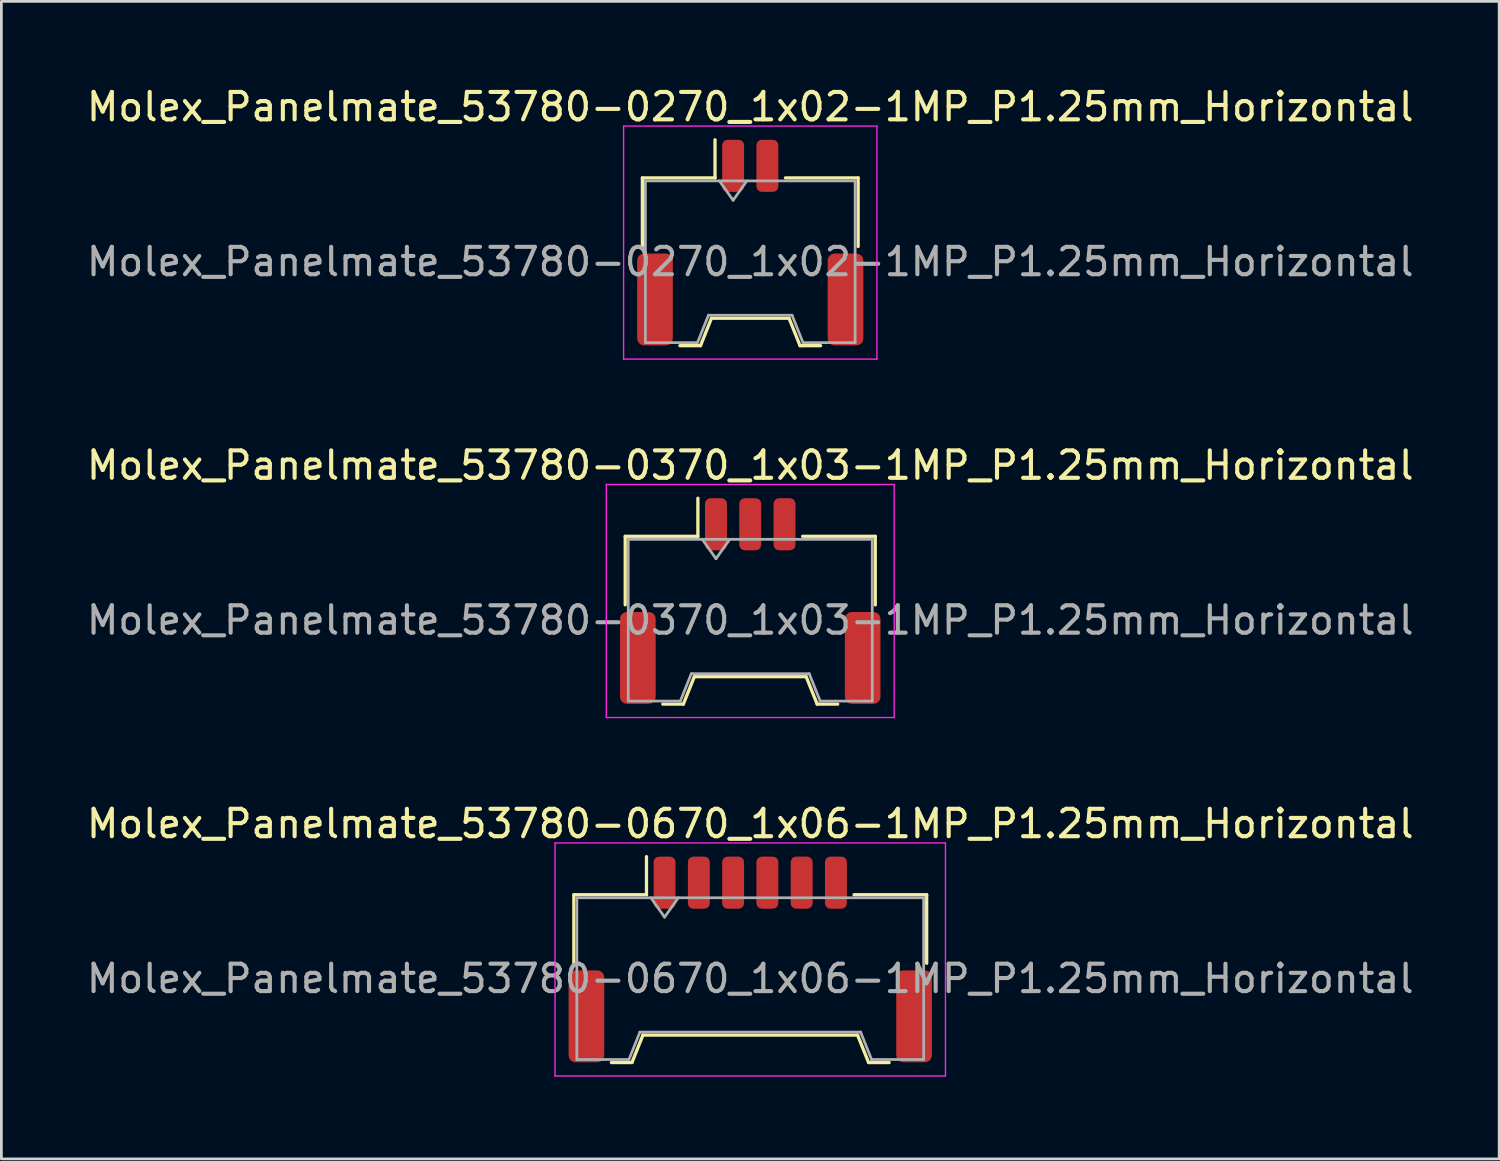
<source format=kicad_pcb>
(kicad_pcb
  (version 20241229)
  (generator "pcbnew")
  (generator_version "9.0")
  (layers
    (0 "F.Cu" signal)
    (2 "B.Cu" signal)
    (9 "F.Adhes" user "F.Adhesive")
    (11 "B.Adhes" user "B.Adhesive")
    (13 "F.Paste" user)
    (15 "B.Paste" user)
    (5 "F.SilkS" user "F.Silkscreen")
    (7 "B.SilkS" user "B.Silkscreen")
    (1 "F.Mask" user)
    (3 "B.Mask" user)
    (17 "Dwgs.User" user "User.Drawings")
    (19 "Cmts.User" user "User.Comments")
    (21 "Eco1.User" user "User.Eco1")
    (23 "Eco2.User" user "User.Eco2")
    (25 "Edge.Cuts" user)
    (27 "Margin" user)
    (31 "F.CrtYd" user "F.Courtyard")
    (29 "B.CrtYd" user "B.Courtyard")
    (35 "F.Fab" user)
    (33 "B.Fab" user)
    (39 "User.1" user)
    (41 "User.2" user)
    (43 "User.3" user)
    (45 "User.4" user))
  (footprint "Molex_Panelmate_53780-0370_1x03-1MP_P1.25mm_Horizontal"
    (layer "F.Cu")
    (at 24.315 18.872)
    (property "Reference" "Molex_Panelmate_53780-0370_1x03-1MP_P1.25mm_Horizontal" (at 0 -4.95 0) (layer "F.SilkS") (effects (font (size 1 1) (thickness 0.15))))
    (attr smd)
    (fp_line (start -4.56 -2.36) (end -1.91 -2.36) (stroke (width 0.12) (type solid)) (layer "F.SilkS"))
    (fp_line (start -4.56 0.14) (end -4.56 -2.36) (stroke (width 0.12) (type solid)) (layer "F.SilkS"))
    (fp_line (start -3.19 3.76) (end -2.44 3.76) (stroke (width 0.12) (type solid)) (layer "F.SilkS"))
    (fp_line (start -2.44 3.76) (end -2.04 2.76) (stroke (width 0.12) (type solid)) (layer "F.SilkS"))
    (fp_line (start -2.04 2.76) (end 2.04 2.76) (stroke (width 0.12) (type solid)) (layer "F.SilkS"))
    (fp_line (start -1.91 -2.36) (end -1.91 -3.75) (stroke (width 0.12) (type solid)) (layer "F.SilkS"))
    (fp_line (start 2.04 2.76) (end 2.44 3.76) (stroke (width 0.12) (type solid)) (layer "F.SilkS"))
    (fp_line (start 2.44 3.76) (end 3.19 3.76) (stroke (width 0.12) (type solid)) (layer "F.SilkS"))
    (fp_line (start 4.56 -2.36) (end 1.91 -2.36) (stroke (width 0.12) (type solid)) (layer "F.SilkS"))
    (fp_line (start 4.56 0.14) (end 4.56 -2.36) (stroke (width 0.12) (type solid)) (layer "F.SilkS"))
    (fp_line (start -5.25 -4.25) (end -5.25 4.25) (stroke (width 0.05) (type solid)) (layer "F.CrtYd"))
    (fp_line (start -5.25 4.25) (end 5.25 4.25) (stroke (width 0.05) (type solid)) (layer "F.CrtYd"))
    (fp_line (start 5.25 -4.25) (end -5.25 -4.25) (stroke (width 0.05) (type solid)) (layer "F.CrtYd"))
    (fp_line (start 5.25 4.25) (end 5.25 -4.25) (stroke (width 0.05) (type solid)) (layer "F.CrtYd"))
    (fp_line (start -4.45 -2.25) (end -4.45 3.65) (stroke (width 0.1) (type solid)) (layer "F.Fab"))
    (fp_line (start -4.45 -2.25) (end 4.45 -2.25) (stroke (width 0.1) (type solid)) (layer "F.Fab"))
    (fp_line (start -4.45 3.65) (end -2.55 3.65) (stroke (width 0.1) (type solid)) (layer "F.Fab"))
    (fp_line (start -2.55 3.65) (end -2.15 2.65) (stroke (width 0.1) (type solid)) (layer "F.Fab"))
    (fp_line (start -2.15 2.65) (end 2.15 2.65) (stroke (width 0.1) (type solid)) (layer "F.Fab"))
    (fp_line (start -1.75 -2.25) (end -1.25 -1.543) (stroke (width 0.1) (type solid)) (layer "F.Fab"))
    (fp_line (start -1.25 -1.543) (end -0.75 -2.25) (stroke (width 0.1) (type solid)) (layer "F.Fab"))
    (fp_line (start 2.15 2.65) (end 2.55 3.65) (stroke (width 0.1) (type solid)) (layer "F.Fab"))
    (fp_line (start 2.55 3.65) (end 4.45 3.65) (stroke (width 0.1) (type solid)) (layer "F.Fab"))
    (fp_line (start 4.45 -2.25) (end 4.45 3.65) (stroke (width 0.1) (type solid)) (layer "F.Fab"))
    (fp_text user "${REFERENCE}" (at 0 0.7 0) (layer "F.Fab") (effects (font (size 1 1) (thickness 0.15))))
    (pad "1" smd roundrect (at -1.25 -2.8) (size 0.8 1.9) (layers "F.Cu" "F.Mask" "F.Paste") (roundrect_rratio 0.25))
    (pad "2" smd roundrect (at 0 -2.8) (size 0.8 1.9) (layers "F.Cu" "F.Mask" "F.Paste") (roundrect_rratio 0.25))
    (pad "3" smd roundrect (at 1.25 -2.8) (size 0.8 1.9) (layers "F.Cu" "F.Mask" "F.Paste") (roundrect_rratio 0.25))
    (pad "MP" smd roundrect (at -4.1 2.075) (size 1.3 3.35) (layers "F.Cu" "F.Mask" "F.Paste") (roundrect_rratio 0.192))
    (pad "MP" smd roundrect (at 4.1 2.075) (size 1.3 3.35) (layers "F.Cu" "F.Mask" "F.Paste") (roundrect_rratio 0.192)))
  (footprint "Molex_Panelmate_53780-0270_1x02-1MP_P1.25mm_Horizontal"
    (layer "F.Cu")
    (at 24.315 5.798)
    (property "Reference" "Molex_Panelmate_53780-0270_1x02-1MP_P1.25mm_Horizontal" (at 0 -4.95 0) (layer "F.SilkS") (effects (font (size 1 1) (thickness 0.15))))
    (attr smd)
    (fp_line (start -3.935 -2.36) (end -1.285 -2.36) (stroke (width 0.12) (type solid)) (layer "F.SilkS"))
    (fp_line (start -3.935 0.14) (end -3.935 -2.36) (stroke (width 0.12) (type solid)) (layer "F.SilkS"))
    (fp_line (start -2.565 3.76) (end -1.815 3.76) (stroke (width 0.12) (type solid)) (layer "F.SilkS"))
    (fp_line (start -1.815 3.76) (end -1.415 2.76) (stroke (width 0.12) (type solid)) (layer "F.SilkS"))
    (fp_line (start -1.415 2.76) (end 1.415 2.76) (stroke (width 0.12) (type solid)) (layer "F.SilkS"))
    (fp_line (start -1.285 -2.36) (end -1.285 -3.75) (stroke (width 0.12) (type solid)) (layer "F.SilkS"))
    (fp_line (start 1.415 2.76) (end 1.815 3.76) (stroke (width 0.12) (type solid)) (layer "F.SilkS"))
    (fp_line (start 1.815 3.76) (end 2.565 3.76) (stroke (width 0.12) (type solid)) (layer "F.SilkS"))
    (fp_line (start 3.935 -2.36) (end 1.285 -2.36) (stroke (width 0.12) (type solid)) (layer "F.SilkS"))
    (fp_line (start 3.935 0.14) (end 3.935 -2.36) (stroke (width 0.12) (type solid)) (layer "F.SilkS"))
    (fp_line (start -4.62 -4.25) (end -4.62 4.25) (stroke (width 0.05) (type solid)) (layer "F.CrtYd"))
    (fp_line (start -4.62 4.25) (end 4.62 4.25) (stroke (width 0.05) (type solid)) (layer "F.CrtYd"))
    (fp_line (start 4.62 -4.25) (end -4.62 -4.25) (stroke (width 0.05) (type solid)) (layer "F.CrtYd"))
    (fp_line (start 4.62 4.25) (end 4.62 -4.25) (stroke (width 0.05) (type solid)) (layer "F.CrtYd"))
    (fp_line (start -3.825 -2.25) (end -3.825 3.65) (stroke (width 0.1) (type solid)) (layer "F.Fab"))
    (fp_line (start -3.825 -2.25) (end 3.825 -2.25) (stroke (width 0.1) (type solid)) (layer "F.Fab"))
    (fp_line (start -3.825 3.65) (end -1.925 3.65) (stroke (width 0.1) (type solid)) (layer "F.Fab"))
    (fp_line (start -1.925 3.65) (end -1.525 2.65) (stroke (width 0.1) (type solid)) (layer "F.Fab"))
    (fp_line (start -1.525 2.65) (end 1.525 2.65) (stroke (width 0.1) (type solid)) (layer "F.Fab"))
    (fp_line (start -1.125 -2.25) (end -0.625 -1.543) (stroke (width 0.1) (type solid)) (layer "F.Fab"))
    (fp_line (start -0.625 -1.543) (end -0.125 -2.25) (stroke (width 0.1) (type solid)) (layer "F.Fab"))
    (fp_line (start 1.525 2.65) (end 1.925 3.65) (stroke (width 0.1) (type solid)) (layer "F.Fab"))
    (fp_line (start 1.925 3.65) (end 3.825 3.65) (stroke (width 0.1) (type solid)) (layer "F.Fab"))
    (fp_line (start 3.825 -2.25) (end 3.825 3.65) (stroke (width 0.1) (type solid)) (layer "F.Fab"))
    (fp_text user "${REFERENCE}" (at 0 0.7 0) (layer "F.Fab") (effects (font (size 1 1) (thickness 0.15))))
    (pad "1" smd roundrect (at -0.625 -2.8) (size 0.8 1.9) (layers "F.Cu" "F.Mask" "F.Paste") (roundrect_rratio 0.25))
    (pad "2" smd roundrect (at 0.625 -2.8) (size 0.8 1.9) (layers "F.Cu" "F.Mask" "F.Paste") (roundrect_rratio 0.25))
    (pad "MP" smd roundrect (at -3.475 2.075) (size 1.3 3.35) (layers "F.Cu" "F.Mask" "F.Paste") (roundrect_rratio 0.192))
    (pad "MP" smd roundrect (at 3.475 2.075) (size 1.3 3.35) (layers "F.Cu" "F.Mask" "F.Paste") (roundrect_rratio 0.192)))
  (footprint "Molex_Panelmate_53780-0670_1x06-1MP_P1.25mm_Horizontal"
    (layer "F.Cu")
    (at 24.315 31.945)
    (property "Reference" "Molex_Panelmate_53780-0670_1x06-1MP_P1.25mm_Horizontal" (at 0 -4.95 0) (layer "F.SilkS") (effects (font (size 1 1) (thickness 0.15))))
    (attr smd)
    (fp_line (start -6.435 -2.36) (end -3.785 -2.36) (stroke (width 0.12) (type solid)) (layer "F.SilkS"))
    (fp_line (start -6.435 0.14) (end -6.435 -2.36) (stroke (width 0.12) (type solid)) (layer "F.SilkS"))
    (fp_line (start -5.065 3.76) (end -4.315 3.76) (stroke (width 0.12) (type solid)) (layer "F.SilkS"))
    (fp_line (start -4.315 3.76) (end -3.915 2.76) (stroke (width 0.12) (type solid)) (layer "F.SilkS"))
    (fp_line (start -3.915 2.76) (end 3.915 2.76) (stroke (width 0.12) (type solid)) (layer "F.SilkS"))
    (fp_line (start -3.785 -2.36) (end -3.785 -3.75) (stroke (width 0.12) (type solid)) (layer "F.SilkS"))
    (fp_line (start 3.915 2.76) (end 4.315 3.76) (stroke (width 0.12) (type solid)) (layer "F.SilkS"))
    (fp_line (start 4.315 3.76) (end 5.065 3.76) (stroke (width 0.12) (type solid)) (layer "F.SilkS"))
    (fp_line (start 6.435 -2.36) (end 3.785 -2.36) (stroke (width 0.12) (type solid)) (layer "F.SilkS"))
    (fp_line (start 6.435 0.14) (end 6.435 -2.36) (stroke (width 0.12) (type solid)) (layer "F.SilkS"))
    (fp_line (start -7.12 -4.25) (end -7.12 4.25) (stroke (width 0.05) (type solid)) (layer "F.CrtYd"))
    (fp_line (start -7.12 4.25) (end 7.12 4.25) (stroke (width 0.05) (type solid)) (layer "F.CrtYd"))
    (fp_line (start 7.12 -4.25) (end -7.12 -4.25) (stroke (width 0.05) (type solid)) (layer "F.CrtYd"))
    (fp_line (start 7.12 4.25) (end 7.12 -4.25) (stroke (width 0.05) (type solid)) (layer "F.CrtYd"))
    (fp_line (start -6.325 -2.25) (end -6.325 3.65) (stroke (width 0.1) (type solid)) (layer "F.Fab"))
    (fp_line (start -6.325 -2.25) (end 6.325 -2.25) (stroke (width 0.1) (type solid)) (layer "F.Fab"))
    (fp_line (start -6.325 3.65) (end -4.425 3.65) (stroke (width 0.1) (type solid)) (layer "F.Fab"))
    (fp_line (start -4.425 3.65) (end -4.025 2.65) (stroke (width 0.1) (type solid)) (layer "F.Fab"))
    (fp_line (start -4.025 2.65) (end 4.025 2.65) (stroke (width 0.1) (type solid)) (layer "F.Fab"))
    (fp_line (start -3.625 -2.25) (end -3.125 -1.543) (stroke (width 0.1) (type solid)) (layer "F.Fab"))
    (fp_line (start -3.125 -1.543) (end -2.625 -2.25) (stroke (width 0.1) (type solid)) (layer "F.Fab"))
    (fp_line (start 4.025 2.65) (end 4.425 3.65) (stroke (width 0.1) (type solid)) (layer "F.Fab"))
    (fp_line (start 4.425 3.65) (end 6.325 3.65) (stroke (width 0.1) (type solid)) (layer "F.Fab"))
    (fp_line (start 6.325 -2.25) (end 6.325 3.65) (stroke (width 0.1) (type solid)) (layer "F.Fab"))
    (fp_text user "${REFERENCE}" (at 0 0.7 0) (layer "F.Fab") (effects (font (size 1 1) (thickness 0.15))))
    (pad "1" smd roundrect (at -3.125 -2.8) (size 0.8 1.9) (layers "F.Cu" "F.Mask" "F.Paste") (roundrect_rratio 0.25))
    (pad "2" smd roundrect (at -1.875 -2.8) (size 0.8 1.9) (layers "F.Cu" "F.Mask" "F.Paste") (roundrect_rratio 0.25))
    (pad "3" smd roundrect (at -0.625 -2.8) (size 0.8 1.9) (layers "F.Cu" "F.Mask" "F.Paste") (roundrect_rratio 0.25))
    (pad "4" smd roundrect (at 0.625 -2.8) (size 0.8 1.9) (layers "F.Cu" "F.Mask" "F.Paste") (roundrect_rratio 0.25))
    (pad "5" smd roundrect (at 1.875 -2.8) (size 0.8 1.9) (layers "F.Cu" "F.Mask" "F.Paste") (roundrect_rratio 0.25))
    (pad "6" smd roundrect (at 3.125 -2.8) (size 0.8 1.9) (layers "F.Cu" "F.Mask" "F.Paste") (roundrect_rratio 0.25))
    (pad "MP" smd roundrect (at -5.975 2.075) (size 1.3 3.35) (layers "F.Cu" "F.Mask" "F.Paste") (roundrect_rratio 0.192))
    (pad "MP" smd roundrect (at 5.975 2.075) (size 1.3 3.35) (layers "F.Cu" "F.Mask" "F.Paste") (roundrect_rratio 0.192)))
  (gr_rect
    (start -3 -3)
    (end 51.631 39.22)
    (stroke (width 0.1) (type default))
    (fill no)
    (layer "Edge.Cuts")))
</source>
